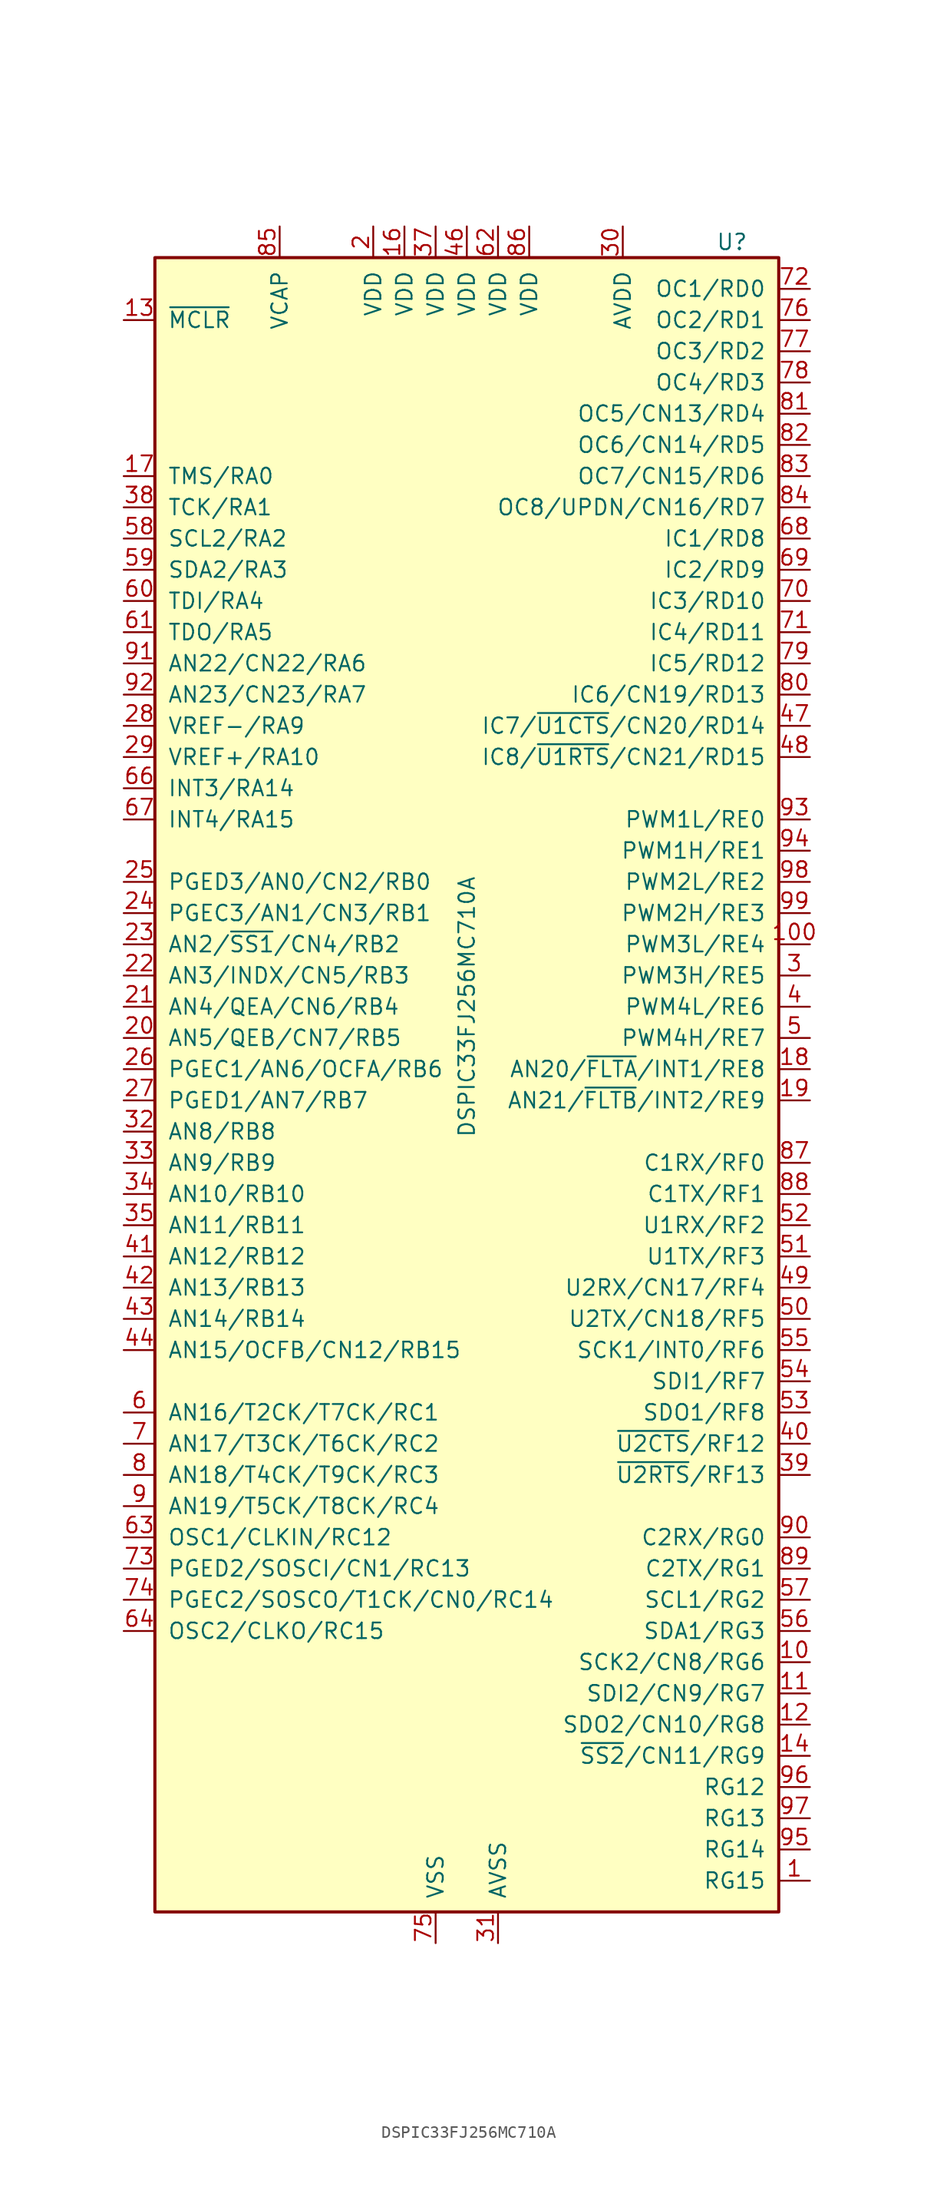
<source format=kicad_sym>
(kicad_symbol_lib
  (version 20220914)
  (generator kicad_symbol_editor)
  (symbol "DSPIC33FJ256MC710A"
    (pin_names
      (offset 1.016))
    (property "Reference" "U"
      (at 21.59 69.85 0)
      (effects (font (size 1.27 1.27))))
    (property "Value" "DSPIC33FJ256MC710A"
      (at 0 7.62 90)
      (effects (font (size 1.27 1.27))))
    (symbol "DSPIC33FJ256MC710A_0_1"
      (rectangle (start -25.4 68.58) (end 25.4 -66.04) (stroke (width 0.254) (type default)) (fill (type background))))
    (symbol "DSPIC33FJ256MC710A_1_1"
      (pin bidirectional line (at 27.94 -63.5 180) (length 2.54) (name "RG15" (effects (font (size 1.27 1.27)))) (number "1" (effects (font (size 1.27 1.27)))))
      (pin bidirectional line (at 27.94 -45.72 180) (length 2.54) (name "SCK2/CN8/RG6" (effects (font (size 1.27 1.27)))) (number "10" (effects (font (size 1.27 1.27)))))
      (pin bidirectional line (at 27.94 12.7 180) (length 2.54) (name "PWM3L/RE4" (effects (font (size 1.27 1.27)))) (number "100" (effects (font (size 1.27 1.27)))))
      (pin bidirectional line (at 27.94 -48.26 180) (length 2.54) (name "SDI2/CN9/RG7" (effects (font (size 1.27 1.27)))) (number "11" (effects (font (size 1.27 1.27)))))
      (pin bidirectional line (at 27.94 -50.8 180) (length 2.54) (name "SDO2/CN10/RG8" (effects (font (size 1.27 1.27)))) (number "12" (effects (font (size 1.27 1.27)))))
      (pin input line (at -27.94 63.5 0) (length 2.54) (name "~{MCLR}" (effects (font (size 1.27 1.27)))) (number "13" (effects (font (size 1.27 1.27)))))
      (pin bidirectional line (at 27.94 -53.34 180) (length 2.54) (name "~{SS2}/CN11/RG9" (effects (font (size 1.27 1.27)))) (number "14" (effects (font (size 1.27 1.27)))))
      (pin power_in line (at -2.54 -68.58 90) (length 2.54) hide (name "VSS" (effects (font (size 1.27 1.27)))) (number "15" (effects (font (size 1.27 1.27)))))
      (pin power_in line (at -5.08 71.12 270) (length 2.54) (name "VDD" (effects (font (size 1.27 1.27)))) (number "16" (effects (font (size 1.27 1.27)))))
      (pin bidirectional line (at -27.94 50.8 0) (length 2.54) (name "TMS/RA0" (effects (font (size 1.27 1.27)))) (number "17" (effects (font (size 1.27 1.27)))))
      (pin bidirectional line (at 27.94 2.54 180) (length 2.54) (name "AN20/~{FLTA}/INT1/RE8" (effects (font (size 1.27 1.27)))) (number "18" (effects (font (size 1.27 1.27)))))
      (pin bidirectional line (at 27.94 0 180) (length 2.54) (name "AN21/~{FLTB}/INT2/RE9" (effects (font (size 1.27 1.27)))) (number "19" (effects (font (size 1.27 1.27)))))
      (pin power_in line (at -7.62 71.12 270) (length 2.54) (name "VDD" (effects (font (size 1.27 1.27)))) (number "2" (effects (font (size 1.27 1.27)))))
      (pin bidirectional line (at -27.94 5.08 0) (length 2.54) (name "AN5/QEB/CN7/RB5" (effects (font (size 1.27 1.27)))) (number "20" (effects (font (size 1.27 1.27)))))
      (pin bidirectional line (at -27.94 7.62 0) (length 2.54) (name "AN4/QEA/CN6/RB4" (effects (font (size 1.27 1.27)))) (number "21" (effects (font (size 1.27 1.27)))))
      (pin bidirectional line (at -27.94 10.16 0) (length 2.54) (name "AN3/INDX/CN5/RB3" (effects (font (size 1.27 1.27)))) (number "22" (effects (font (size 1.27 1.27)))))
      (pin bidirectional line (at -27.94 12.7 0) (length 2.54) (name "AN2/~{SS1}/CN4/RB2" (effects (font (size 1.27 1.27)))) (number "23" (effects (font (size 1.27 1.27)))))
      (pin bidirectional line (at -27.94 15.24 0) (length 2.54) (name "PGEC3/AN1/CN3/RB1" (effects (font (size 1.27 1.27)))) (number "24" (effects (font (size 1.27 1.27)))))
      (pin bidirectional line (at -27.94 17.78 0) (length 2.54) (name "PGED3/AN0/CN2/RB0" (effects (font (size 1.27 1.27)))) (number "25" (effects (font (size 1.27 1.27)))))
      (pin bidirectional line (at -27.94 2.54 0) (length 2.54) (name "PGEC1/AN6/OCFA/RB6" (effects (font (size 1.27 1.27)))) (number "26" (effects (font (size 1.27 1.27)))))
      (pin bidirectional line (at -27.94 0 0) (length 2.54) (name "PGED1/AN7/RB7" (effects (font (size 1.27 1.27)))) (number "27" (effects (font (size 1.27 1.27)))))
      (pin bidirectional line (at -27.94 30.48 0) (length 2.54) (name "VREF-/RA9" (effects (font (size 1.27 1.27)))) (number "28" (effects (font (size 1.27 1.27)))))
      (pin bidirectional line (at -27.94 27.94 0) (length 2.54) (name "VREF+/RA10" (effects (font (size 1.27 1.27)))) (number "29" (effects (font (size 1.27 1.27)))))
      (pin bidirectional line (at 27.94 10.16 180) (length 2.54) (name "PWM3H/RE5" (effects (font (size 1.27 1.27)))) (number "3" (effects (font (size 1.27 1.27)))))
      (pin power_in line (at 12.7 71.12 270) (length 2.54) (name "AVDD" (effects (font (size 1.27 1.27)))) (number "30" (effects (font (size 1.27 1.27)))))
      (pin power_in line (at 2.54 -68.58 90) (length 2.54) (name "AVSS" (effects (font (size 1.27 1.27)))) (number "31" (effects (font (size 1.27 1.27)))))
      (pin bidirectional line (at -27.94 -2.54 0) (length 2.54) (name "AN8/RB8" (effects (font (size 1.27 1.27)))) (number "32" (effects (font (size 1.27 1.27)))))
      (pin bidirectional line (at -27.94 -5.08 0) (length 2.54) (name "AN9/RB9" (effects (font (size 1.27 1.27)))) (number "33" (effects (font (size 1.27 1.27)))))
      (pin bidirectional line (at -27.94 -7.62 0) (length 2.54) (name "AN10/RB10" (effects (font (size 1.27 1.27)))) (number "34" (effects (font (size 1.27 1.27)))))
      (pin bidirectional line (at -27.94 -10.16 0) (length 2.54) (name "AN11/RB11" (effects (font (size 1.27 1.27)))) (number "35" (effects (font (size 1.27 1.27)))))
      (pin power_in line (at -2.54 -68.58 90) (length 2.54) hide (name "VSS" (effects (font (size 1.27 1.27)))) (number "36" (effects (font (size 1.27 1.27)))))
      (pin power_in line (at -2.54 71.12 270) (length 2.54) (name "VDD" (effects (font (size 1.27 1.27)))) (number "37" (effects (font (size 1.27 1.27)))))
      (pin bidirectional line (at -27.94 48.26 0) (length 2.54) (name "TCK/RA1" (effects (font (size 1.27 1.27)))) (number "38" (effects (font (size 1.27 1.27)))))
      (pin bidirectional line (at 27.94 -30.48 180) (length 2.54) (name "~{U2RTS}/RF13" (effects (font (size 1.27 1.27)))) (number "39" (effects (font (size 1.27 1.27)))))
      (pin bidirectional line (at 27.94 7.62 180) (length 2.54) (name "PWM4L/RE6" (effects (font (size 1.27 1.27)))) (number "4" (effects (font (size 1.27 1.27)))))
      (pin bidirectional line (at 27.94 -27.94 180) (length 2.54) (name "~{U2CTS}/RF12" (effects (font (size 1.27 1.27)))) (number "40" (effects (font (size 1.27 1.27)))))
      (pin bidirectional line (at -27.94 -12.7 0) (length 2.54) (name "AN12/RB12" (effects (font (size 1.27 1.27)))) (number "41" (effects (font (size 1.27 1.27)))))
      (pin bidirectional line (at -27.94 -15.24 0) (length 2.54) (name "AN13/RB13" (effects (font (size 1.27 1.27)))) (number "42" (effects (font (size 1.27 1.27)))))
      (pin bidirectional line (at -27.94 -17.78 0) (length 2.54) (name "AN14/RB14" (effects (font (size 1.27 1.27)))) (number "43" (effects (font (size 1.27 1.27)))))
      (pin bidirectional line (at -27.94 -20.32 0) (length 2.54) (name "AN15/OCFB/CN12/RB15" (effects (font (size 1.27 1.27)))) (number "44" (effects (font (size 1.27 1.27)))))
      (pin power_in line (at -2.54 -68.58 90) (length 2.54) hide (name "VSS" (effects (font (size 1.27 1.27)))) (number "45" (effects (font (size 1.27 1.27)))))
      (pin power_in line (at 0 71.12 270) (length 2.54) (name "VDD" (effects (font (size 1.27 1.27)))) (number "46" (effects (font (size 1.27 1.27)))))
      (pin bidirectional line (at 27.94 30.48 180) (length 2.54) (name "IC7/~{U1CTS}/CN20/RD14" (effects (font (size 1.27 1.27)))) (number "47" (effects (font (size 1.27 1.27)))))
      (pin bidirectional line (at 27.94 27.94 180) (length 2.54) (name "IC8/~{U1RTS}/CN21/RD15" (effects (font (size 1.27 1.27)))) (number "48" (effects (font (size 1.27 1.27)))))
      (pin bidirectional line (at 27.94 -15.24 180) (length 2.54) (name "U2RX/CN17/RF4" (effects (font (size 1.27 1.27)))) (number "49" (effects (font (size 1.27 1.27)))))
      (pin bidirectional line (at 27.94 5.08 180) (length 2.54) (name "PWM4H/RE7" (effects (font (size 1.27 1.27)))) (number "5" (effects (font (size 1.27 1.27)))))
      (pin bidirectional line (at 27.94 -17.78 180) (length 2.54) (name "U2TX/CN18/RF5" (effects (font (size 1.27 1.27)))) (number "50" (effects (font (size 1.27 1.27)))))
      (pin bidirectional line (at 27.94 -12.7 180) (length 2.54) (name "U1TX/RF3" (effects (font (size 1.27 1.27)))) (number "51" (effects (font (size 1.27 1.27)))))
      (pin bidirectional line (at 27.94 -10.16 180) (length 2.54) (name "U1RX/RF2" (effects (font (size 1.27 1.27)))) (number "52" (effects (font (size 1.27 1.27)))))
      (pin bidirectional line (at 27.94 -25.4 180) (length 2.54) (name "SDO1/RF8" (effects (font (size 1.27 1.27)))) (number "53" (effects (font (size 1.27 1.27)))))
      (pin bidirectional line (at 27.94 -22.86 180) (length 2.54) (name "SDI1/RF7" (effects (font (size 1.27 1.27)))) (number "54" (effects (font (size 1.27 1.27)))))
      (pin bidirectional line (at 27.94 -20.32 180) (length 2.54) (name "SCK1/INT0/RF6" (effects (font (size 1.27 1.27)))) (number "55" (effects (font (size 1.27 1.27)))))
      (pin bidirectional line (at 27.94 -43.18 180) (length 2.54) (name "SDA1/RG3" (effects (font (size 1.27 1.27)))) (number "56" (effects (font (size 1.27 1.27)))))
      (pin bidirectional line (at 27.94 -40.64 180) (length 2.54) (name "SCL1/RG2" (effects (font (size 1.27 1.27)))) (number "57" (effects (font (size 1.27 1.27)))))
      (pin bidirectional line (at -27.94 45.72 0) (length 2.54) (name "SCL2/RA2" (effects (font (size 1.27 1.27)))) (number "58" (effects (font (size 1.27 1.27)))))
      (pin bidirectional line (at -27.94 43.18 0) (length 2.54) (name "SDA2/RA3" (effects (font (size 1.27 1.27)))) (number "59" (effects (font (size 1.27 1.27)))))
      (pin bidirectional line (at -27.94 -25.4 0) (length 2.54) (name "AN16/T2CK/T7CK/RC1" (effects (font (size 1.27 1.27)))) (number "6" (effects (font (size 1.27 1.27)))))
      (pin bidirectional line (at -27.94 40.64 0) (length 2.54) (name "TDI/RA4" (effects (font (size 1.27 1.27)))) (number "60" (effects (font (size 1.27 1.27)))))
      (pin bidirectional line (at -27.94 38.1 0) (length 2.54) (name "TDO/RA5" (effects (font (size 1.27 1.27)))) (number "61" (effects (font (size 1.27 1.27)))))
      (pin power_in line (at 2.54 71.12 270) (length 2.54) (name "VDD" (effects (font (size 1.27 1.27)))) (number "62" (effects (font (size 1.27 1.27)))))
      (pin bidirectional line (at -27.94 -35.56 0) (length 2.54) (name "OSC1/CLKIN/RC12" (effects (font (size 1.27 1.27)))) (number "63" (effects (font (size 1.27 1.27)))))
      (pin bidirectional line (at -27.94 -43.18 0) (length 2.54) (name "OSC2/CLKO/RC15" (effects (font (size 1.27 1.27)))) (number "64" (effects (font (size 1.27 1.27)))))
      (pin power_in line (at -2.54 -68.58 90) (length 2.54) hide (name "VSS" (effects (font (size 1.27 1.27)))) (number "65" (effects (font (size 1.27 1.27)))))
      (pin bidirectional line (at -27.94 25.4 0) (length 2.54) (name "INT3/RA14" (effects (font (size 1.27 1.27)))) (number "66" (effects (font (size 1.27 1.27)))))
      (pin bidirectional line (at -27.94 22.86 0) (length 2.54) (name "INT4/RA15" (effects (font (size 1.27 1.27)))) (number "67" (effects (font (size 1.27 1.27)))))
      (pin bidirectional line (at 27.94 45.72 180) (length 2.54) (name "IC1/RD8" (effects (font (size 1.27 1.27)))) (number "68" (effects (font (size 1.27 1.27)))))
      (pin bidirectional line (at 27.94 43.18 180) (length 2.54) (name "IC2/RD9" (effects (font (size 1.27 1.27)))) (number "69" (effects (font (size 1.27 1.27)))))
      (pin bidirectional line (at -27.94 -27.94 0) (length 2.54) (name "AN17/T3CK/T6CK/RC2" (effects (font (size 1.27 1.27)))) (number "7" (effects (font (size 1.27 1.27)))))
      (pin bidirectional line (at 27.94 40.64 180) (length 2.54) (name "IC3/RD10" (effects (font (size 1.27 1.27)))) (number "70" (effects (font (size 1.27 1.27)))))
      (pin bidirectional line (at 27.94 38.1 180) (length 2.54) (name "IC4/RD11" (effects (font (size 1.27 1.27)))) (number "71" (effects (font (size 1.27 1.27)))))
      (pin bidirectional line (at 27.94 66.04 180) (length 2.54) (name "OC1/RD0" (effects (font (size 1.27 1.27)))) (number "72" (effects (font (size 1.27 1.27)))))
      (pin bidirectional line (at -27.94 -38.1 0) (length 2.54) (name "PGED2/SOSCI/CN1/RC13" (effects (font (size 1.27 1.27)))) (number "73" (effects (font (size 1.27 1.27)))))
      (pin bidirectional line (at -27.94 -40.64 0) (length 2.54) (name "PGEC2/SOSCO/T1CK/CN0/RC14" (effects (font (size 1.27 1.27)))) (number "74" (effects (font (size 1.27 1.27)))))
      (pin power_in line (at -2.54 -68.58 90) (length 2.54) (name "VSS" (effects (font (size 1.27 1.27)))) (number "75" (effects (font (size 1.27 1.27)))))
      (pin bidirectional line (at 27.94 63.5 180) (length 2.54) (name "OC2/RD1" (effects (font (size 1.27 1.27)))) (number "76" (effects (font (size 1.27 1.27)))))
      (pin bidirectional line (at 27.94 60.96 180) (length 2.54) (name "OC3/RD2" (effects (font (size 1.27 1.27)))) (number "77" (effects (font (size 1.27 1.27)))))
      (pin bidirectional line (at 27.94 58.42 180) (length 2.54) (name "OC4/RD3" (effects (font (size 1.27 1.27)))) (number "78" (effects (font (size 1.27 1.27)))))
      (pin bidirectional line (at 27.94 35.56 180) (length 2.54) (name "IC5/RD12" (effects (font (size 1.27 1.27)))) (number "79" (effects (font (size 1.27 1.27)))))
      (pin bidirectional line (at -27.94 -30.48 0) (length 2.54) (name "AN18/T4CK/T9CK/RC3" (effects (font (size 1.27 1.27)))) (number "8" (effects (font (size 1.27 1.27)))))
      (pin bidirectional line (at 27.94 33.02 180) (length 2.54) (name "IC6/CN19/RD13" (effects (font (size 1.27 1.27)))) (number "80" (effects (font (size 1.27 1.27)))))
      (pin bidirectional line (at 27.94 55.88 180) (length 2.54) (name "OC5/CN13/RD4" (effects (font (size 1.27 1.27)))) (number "81" (effects (font (size 1.27 1.27)))))
      (pin bidirectional line (at 27.94 53.34 180) (length 2.54) (name "OC6/CN14/RD5" (effects (font (size 1.27 1.27)))) (number "82" (effects (font (size 1.27 1.27)))))
      (pin bidirectional line (at 27.94 50.8 180) (length 2.54) (name "OC7/CN15/RD6" (effects (font (size 1.27 1.27)))) (number "83" (effects (font (size 1.27 1.27)))))
      (pin bidirectional line (at 27.94 48.26 180) (length 2.54) (name "OC8/UPDN/CN16/RD7" (effects (font (size 1.27 1.27)))) (number "84" (effects (font (size 1.27 1.27)))))
      (pin passive line (at -15.24 71.12 270) (length 2.54) (name "VCAP" (effects (font (size 1.27 1.27)))) (number "85" (effects (font (size 1.27 1.27)))))
      (pin power_in line (at 5.08 71.12 270) (length 2.54) (name "VDD" (effects (font (size 1.27 1.27)))) (number "86" (effects (font (size 1.27 1.27)))))
      (pin bidirectional line (at 27.94 -5.08 180) (length 2.54) (name "C1RX/RF0" (effects (font (size 1.27 1.27)))) (number "87" (effects (font (size 1.27 1.27)))))
      (pin bidirectional line (at 27.94 -7.62 180) (length 2.54) (name "C1TX/RF1" (effects (font (size 1.27 1.27)))) (number "88" (effects (font (size 1.27 1.27)))))
      (pin bidirectional line (at 27.94 -38.1 180) (length 2.54) (name "C2TX/RG1" (effects (font (size 1.27 1.27)))) (number "89" (effects (font (size 1.27 1.27)))))
      (pin bidirectional line (at -27.94 -33.02 0) (length 2.54) (name "AN19/T5CK/T8CK/RC4" (effects (font (size 1.27 1.27)))) (number "9" (effects (font (size 1.27 1.27)))))
      (pin bidirectional line (at 27.94 -35.56 180) (length 2.54) (name "C2RX/RG0" (effects (font (size 1.27 1.27)))) (number "90" (effects (font (size 1.27 1.27)))))
      (pin bidirectional line (at -27.94 35.56 0) (length 2.54) (name "AN22/CN22/RA6" (effects (font (size 1.27 1.27)))) (number "91" (effects (font (size 1.27 1.27)))))
      (pin bidirectional line (at -27.94 33.02 0) (length 2.54) (name "AN23/CN23/RA7" (effects (font (size 1.27 1.27)))) (number "92" (effects (font (size 1.27 1.27)))))
      (pin bidirectional line (at 27.94 22.86 180) (length 2.54) (name "PWM1L/RE0" (effects (font (size 1.27 1.27)))) (number "93" (effects (font (size 1.27 1.27)))))
      (pin bidirectional line (at 27.94 20.32 180) (length 2.54) (name "PWM1H/RE1" (effects (font (size 1.27 1.27)))) (number "94" (effects (font (size 1.27 1.27)))))
      (pin bidirectional line (at 27.94 -60.96 180) (length 2.54) (name "RG14" (effects (font (size 1.27 1.27)))) (number "95" (effects (font (size 1.27 1.27)))))
      (pin bidirectional line (at 27.94 -55.88 180) (length 2.54) (name "RG12" (effects (font (size 1.27 1.27)))) (number "96" (effects (font (size 1.27 1.27)))))
      (pin bidirectional line (at 27.94 -58.42 180) (length 2.54) (name "RG13" (effects (font (size 1.27 1.27)))) (number "97" (effects (font (size 1.27 1.27)))))
      (pin bidirectional line (at 27.94 17.78 180) (length 2.54) (name "PWM2L/RE2" (effects (font (size 1.27 1.27)))) (number "98" (effects (font (size 1.27 1.27)))))
      (pin bidirectional line (at 27.94 15.24 180) (length 2.54) (name "PWM2H/RE3" (effects (font (size 1.27 1.27)))) (number "99" (effects (font (size 1.27 1.27))))))))
</source>
